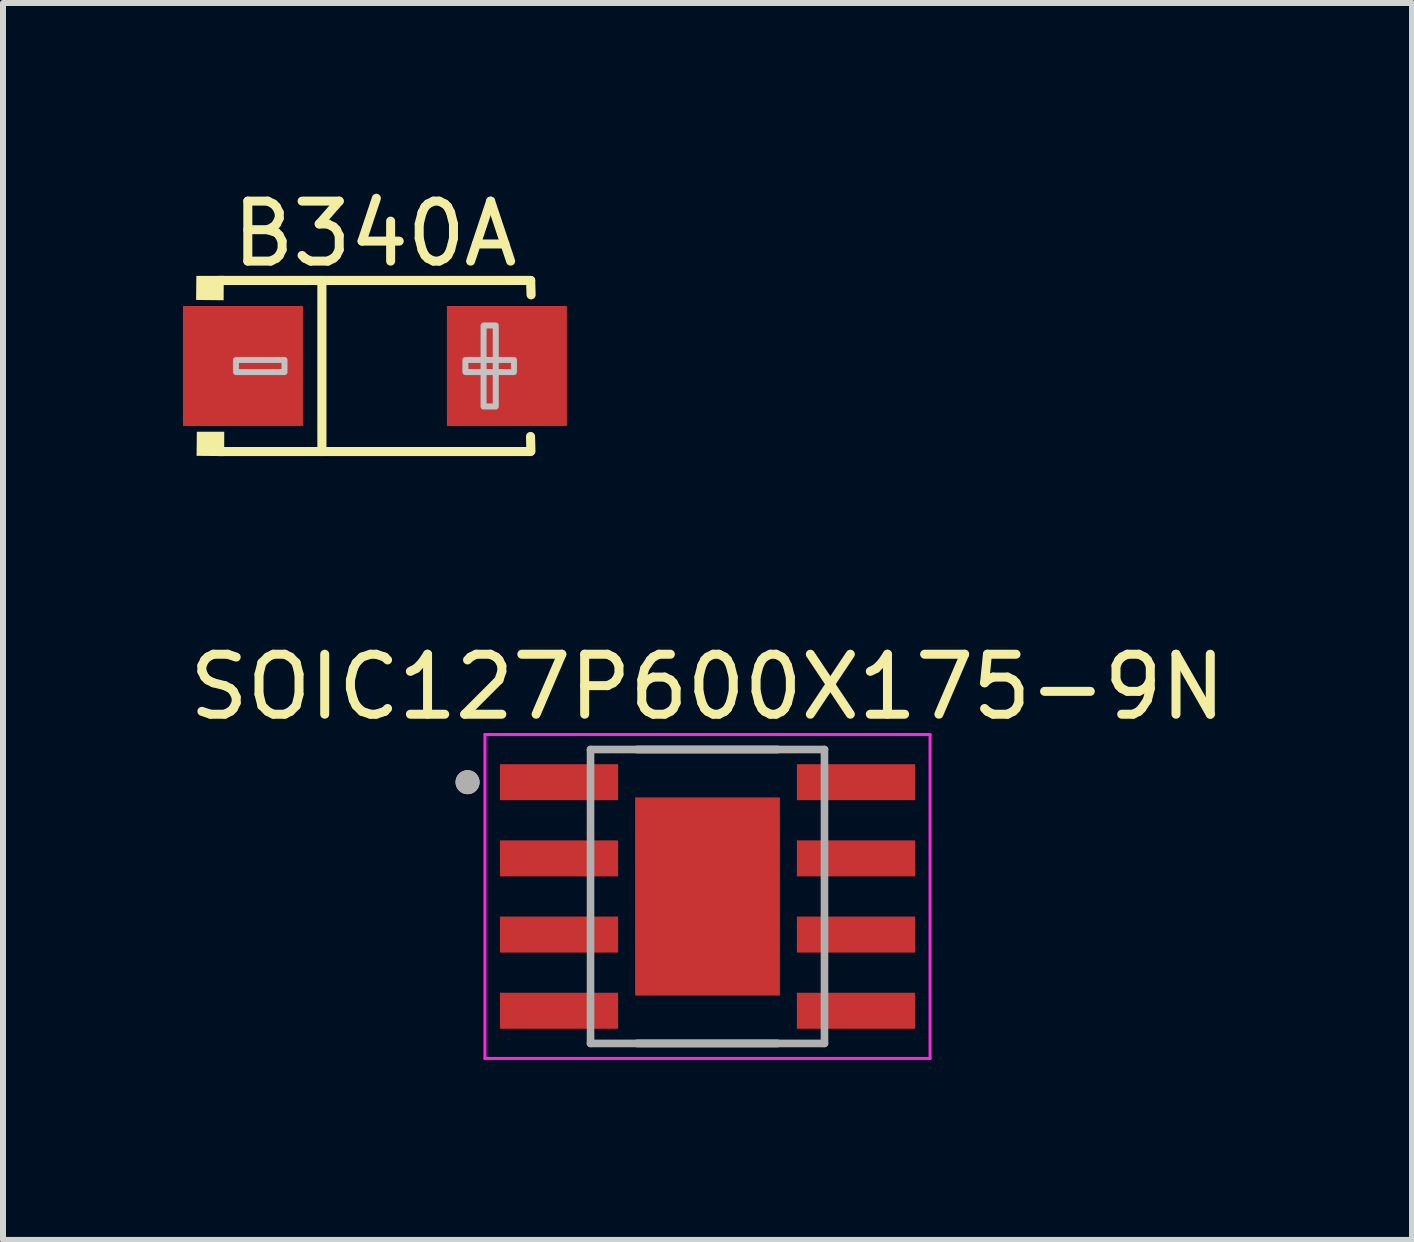
<source format=kicad_pcb>
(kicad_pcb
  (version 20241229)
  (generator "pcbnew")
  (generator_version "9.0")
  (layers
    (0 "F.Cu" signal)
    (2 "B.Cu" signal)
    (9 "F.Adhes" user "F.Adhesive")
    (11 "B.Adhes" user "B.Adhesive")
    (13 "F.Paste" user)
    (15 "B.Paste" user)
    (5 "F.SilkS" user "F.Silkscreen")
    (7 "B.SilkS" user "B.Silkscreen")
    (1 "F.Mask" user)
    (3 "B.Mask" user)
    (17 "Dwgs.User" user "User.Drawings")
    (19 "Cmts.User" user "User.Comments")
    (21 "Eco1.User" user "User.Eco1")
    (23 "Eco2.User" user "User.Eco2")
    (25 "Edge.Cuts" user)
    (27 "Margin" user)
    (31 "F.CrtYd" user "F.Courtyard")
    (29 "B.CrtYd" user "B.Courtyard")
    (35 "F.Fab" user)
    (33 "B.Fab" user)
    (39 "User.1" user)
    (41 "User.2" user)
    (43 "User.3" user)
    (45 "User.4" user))
  (footprint "SOIC127P600X175-9N"
    (layer "F.Cu")
    (at 8.744 11.894)
    (property "Reference" "SOIC127P600X175-9N" (at 0 -3.493 0) (layer "F.SilkS") (effects (font (size 1 1) (thickness 0.15))))
    (attr smd)
    (fp_line (start -1.175 -2.45) (end 1.175 -2.45) (stroke (width 0.127) (type solid)) (layer "F.SilkS"))
    (fp_line (start 1.175 2.45) (end -1.175 2.45) (stroke (width 0.127) (type solid)) (layer "F.SilkS"))
    (fp_circle (center -4 -1.905) (end -3.9 -1.905) (stroke (width 0.2) (type solid)) (fill no) (layer "F.SilkS"))
    (fp_poly (pts (xy -0.763 -1.044) (xy 0.763 -1.044) (xy 0.763 1.044) (xy -0.763 1.044)) (stroke (width 0.01) (type solid)) (fill yes) (layer "F.Paste"))
    (fp_line (start -3.71 -2.7) (end -3.71 2.7) (stroke (width 0.05) (type solid)) (layer "F.CrtYd"))
    (fp_line (start -3.71 2.7) (end 3.71 2.7) (stroke (width 0.05) (type solid)) (layer "F.CrtYd"))
    (fp_line (start 3.71 -2.7) (end -3.71 -2.7) (stroke (width 0.05) (type solid)) (layer "F.CrtYd"))
    (fp_line (start 3.71 2.7) (end 3.71 -2.7) (stroke (width 0.05) (type solid)) (layer "F.CrtYd"))
    (fp_line (start -1.95 -2.45) (end 1.95 -2.45) (stroke (width 0.127) (type solid)) (layer "F.Fab"))
    (fp_line (start -1.95 2.45) (end -1.95 -2.45) (stroke (width 0.127) (type solid)) (layer "F.Fab"))
    (fp_line (start 1.95 -2.45) (end 1.95 2.45) (stroke (width 0.127) (type solid)) (layer "F.Fab"))
    (fp_line (start 1.95 2.45) (end -1.95 2.45) (stroke (width 0.127) (type solid)) (layer "F.Fab"))
    (fp_circle (center -4 -1.905) (end -3.9 -1.905) (stroke (width 0.2) (type solid)) (fill no) (layer "F.Fab"))
    (pad "1" smd rect (at -2.475 -1.905) (size 1.97 0.6) (layers "F.Cu" "F.Mask" "F.Paste"))
    (pad "2" smd rect (at -2.475 -0.635) (size 1.97 0.6) (layers "F.Cu" "F.Mask" "F.Paste"))
    (pad "3" smd rect (at -2.475 0.635) (size 1.97 0.6) (layers "F.Cu" "F.Mask" "F.Paste"))
    (pad "4" smd rect (at -2.475 1.905) (size 1.97 0.6) (layers "F.Cu" "F.Mask" "F.Paste"))
    (pad "5" smd rect (at 2.475 1.905) (size 1.97 0.6) (layers "F.Cu" "F.Mask" "F.Paste"))
    (pad "6" smd rect (at 2.475 0.635) (size 1.97 0.6) (layers "F.Cu" "F.Mask" "F.Paste"))
    (pad "7" smd rect (at 2.475 -0.635) (size 1.97 0.6) (layers "F.Cu" "F.Mask" "F.Paste"))
    (pad "8" smd rect (at 2.475 -1.905) (size 1.97 0.6) (layers "F.Cu" "F.Mask" "F.Paste"))
    (pad "9" smd rect (at 0 0) (size 2.413 3.302) (layers "F.Cu" "F.Mask")))
  (footprint "B340A"
    (layer "F.Cu")
    (at 3.2 3.051)
    (property "Reference" "B340A" (at 0 -2.203 0) (layer "F.SilkS") (effects (font (size 1 1) (thickness 0.15))))
    (fp_line (start -2.596 -1.426) (end 2.596 -1.426) (stroke (width 0.152) (type default)) (layer "F.SilkS"))
    (fp_line (start -2.596 1.426) (end 2.596 1.426) (stroke (width 0.152) (type default)) (layer "F.SilkS"))
    (fp_line (start -0.884 -1.426) (end -0.884 1.426) (stroke (width 0.152) (type default)) (layer "F.SilkS"))
    (fp_line (start 2.594 1.175) (end 2.6 1.415) (stroke (width 0.152) (type default)) (layer "F.SilkS"))
    (fp_line (start 2.596 -1.426) (end 2.603 -1.187) (stroke (width 0.152) (type default)) (layer "F.SilkS"))
    (fp_poly (pts (xy -2.52 -1.502) (xy -2.522 -1.096) (xy -2.981 -1.101) (xy -2.977 -1.502)) (stroke (width 0) (type default)) (fill yes) (layer "F.SilkS"))
    (fp_poly (pts (xy -2.512 1.096) (xy -2.513 1.502) (xy -2.973 1.498) (xy -2.969 1.096)) (stroke (width 0) (type default)) (fill yes) (layer "F.SilkS"))
    (fp_poly (pts (xy -2.317 0.101) (xy -2.317 -0.101) (xy -1.508 -0.101) (xy -1.508 0.101)) (stroke (width 0.1) (type default)) (fill no) (layer "Dwgs.User"))
    (fp_poly (pts (xy 2.014 0.675) (xy 2.014 -0.675) (xy 1.811 -0.675) (xy 1.811 0.675)) (stroke (width 0.1) (type default)) (fill no) (layer "Dwgs.User"))
    (fp_poly (pts (xy 2.317 0.101) (xy 2.317 -0.101) (xy 1.508 -0.101) (xy 1.508 0.101)) (stroke (width 0.1) (type default)) (fill no) (layer "Dwgs.User"))
    (fp_poly (pts (xy -1.435 -0.725) (xy -1.435 0.725) (xy -2.56 0.725) (xy -2.56 -0.725)) (stroke (width 0.1) (type default)) (fill no) (layer "User.1"))
    (fp_poly (pts (xy 2.56 -0.725) (xy 2.56 0.725) (xy 1.435 0.725) (xy 1.435 -0.725)) (stroke (width 0.1) (type default)) (fill no) (layer "User.1"))
    (fp_line (start -2.16 -1.3) (end 2.16 -1.3) (stroke (width 0.051) (type default)) (layer "User.2"))
    (fp_line (start -2.16 1.3) (end -2.16 -1.3) (stroke (width 0.051) (type default)) (layer "User.2"))
    (fp_line (start 2.16 -1.3) (end 2.16 1.3) (stroke (width 0.051) (type default)) (layer "User.2"))
    (fp_line (start 2.16 1.3) (end -2.16 1.3) (stroke (width 0.051) (type default)) (layer "User.2"))
    (fp_poly (pts (xy -2.505 1.277) (xy -2.537 1.245) (xy -2.583 1.245) (xy -2.615 1.277) (xy -2.615 1.323) (xy -2.583 1.355) (xy -2.537 1.355) (xy -2.505 1.323)) (stroke (width 0.1) (type default)) (fill no) (layer "User.3"))
    (pad "1" smd rect (at -2.2 0 180) (size 2 2) (layers "F.Cu" "F.Mask" "F.Paste"))
    (pad "2" smd rect (at 2.2 0 180) (size 2 2) (layers "F.Cu" "F.Mask" "F.Paste")))
  (gr_rect
    (start -3 -3)
    (end 20.488 17.619)
    (stroke (width 0.1) (type default))
    (fill no)
    (layer "Edge.Cuts")))
</source>
